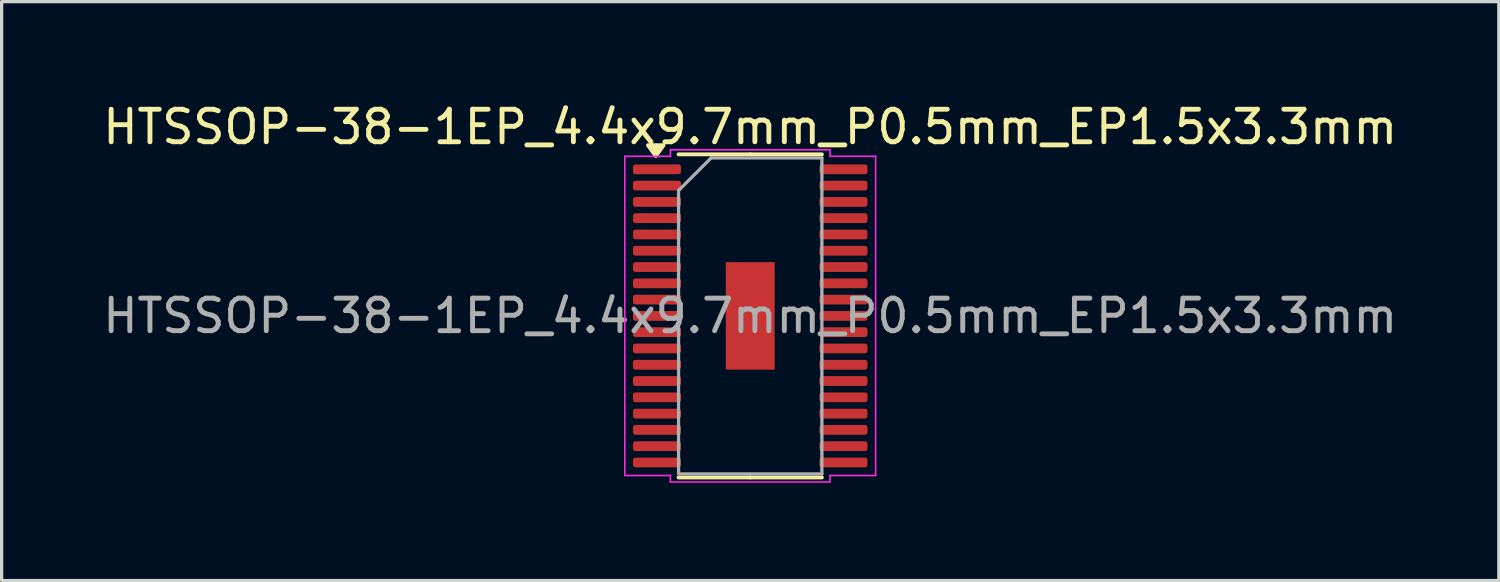
<source format=kicad_pcb>
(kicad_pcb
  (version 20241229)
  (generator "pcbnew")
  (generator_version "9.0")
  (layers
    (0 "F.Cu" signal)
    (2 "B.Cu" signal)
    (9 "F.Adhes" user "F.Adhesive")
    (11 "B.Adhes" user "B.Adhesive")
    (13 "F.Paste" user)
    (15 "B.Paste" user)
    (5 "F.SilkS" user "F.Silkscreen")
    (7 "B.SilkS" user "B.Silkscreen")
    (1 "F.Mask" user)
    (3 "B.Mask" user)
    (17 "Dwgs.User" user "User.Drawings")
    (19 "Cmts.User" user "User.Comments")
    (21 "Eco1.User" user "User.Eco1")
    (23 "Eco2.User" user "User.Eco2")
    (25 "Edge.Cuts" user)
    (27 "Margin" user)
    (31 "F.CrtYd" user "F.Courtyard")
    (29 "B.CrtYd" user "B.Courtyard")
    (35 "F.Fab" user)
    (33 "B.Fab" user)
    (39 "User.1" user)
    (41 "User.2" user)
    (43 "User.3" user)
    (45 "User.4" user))
  (footprint "HTSSOP-38-1EP_4.4x9.7mm_P0.5mm_EP1.5x3.3mm"
    (layer "F.Cu")
    (at 19.982 6.648)
    (property "Reference" "HTSSOP-38-1EP_4.4x9.7mm_P0.5mm_EP1.5x3.3mm" (at 0 -5.8 0) (layer "F.SilkS") (effects (font (size 1 1) (thickness 0.15))))
    (attr smd)
    (fp_line (start 0 -4.96) (end -2.2 -4.96) (stroke (width 0.12) (type solid)) (layer "F.SilkS"))
    (fp_line (start 0 -4.96) (end 2.2 -4.96) (stroke (width 0.12) (type solid)) (layer "F.SilkS"))
    (fp_line (start 0 4.96) (end -2.2 4.96) (stroke (width 0.12) (type solid)) (layer "F.SilkS"))
    (fp_line (start 0 4.96) (end 2.2 4.96) (stroke (width 0.12) (type solid)) (layer "F.SilkS"))
    (fp_poly (pts (xy -2.9 -4.91) (xy -3.14 -5.24) (xy -2.66 -5.24)) (stroke (width 0.12) (type solid)) (fill yes) (layer "F.SilkS"))
    (fp_line (start -3.85 -4.9) (end -2.45 -4.9) (stroke (width 0.05) (type solid)) (layer "F.CrtYd"))
    (fp_line (start -3.85 4.9) (end -3.85 -4.9) (stroke (width 0.05) (type solid)) (layer "F.CrtYd"))
    (fp_line (start -2.45 -5.1) (end 2.45 -5.1) (stroke (width 0.05) (type solid)) (layer "F.CrtYd"))
    (fp_line (start -2.45 -4.9) (end -2.45 -5.1) (stroke (width 0.05) (type solid)) (layer "F.CrtYd"))
    (fp_line (start -2.45 4.9) (end -3.85 4.9) (stroke (width 0.05) (type solid)) (layer "F.CrtYd"))
    (fp_line (start -2.45 5.1) (end -2.45 4.9) (stroke (width 0.05) (type solid)) (layer "F.CrtYd"))
    (fp_line (start 2.45 -5.1) (end 2.45 -4.9) (stroke (width 0.05) (type solid)) (layer "F.CrtYd"))
    (fp_line (start 2.45 -4.9) (end 3.85 -4.9) (stroke (width 0.05) (type solid)) (layer "F.CrtYd"))
    (fp_line (start 2.45 4.9) (end 2.45 5.1) (stroke (width 0.05) (type solid)) (layer "F.CrtYd"))
    (fp_line (start 2.45 5.1) (end -2.45 5.1) (stroke (width 0.05) (type solid)) (layer "F.CrtYd"))
    (fp_line (start 3.85 -4.9) (end 3.85 4.9) (stroke (width 0.05) (type solid)) (layer "F.CrtYd"))
    (fp_line (start 3.85 4.9) (end 2.45 4.9) (stroke (width 0.05) (type solid)) (layer "F.CrtYd"))
    (fp_line (start -2.2 -3.85) (end -1.2 -4.85) (stroke (width 0.1) (type solid)) (layer "F.Fab"))
    (fp_line (start -2.2 4.85) (end -2.2 -3.85) (stroke (width 0.1) (type solid)) (layer "F.Fab"))
    (fp_line (start -1.2 -4.85) (end 2.2 -4.85) (stroke (width 0.1) (type solid)) (layer "F.Fab"))
    (fp_line (start 2.2 -4.85) (end 2.2 4.85) (stroke (width 0.1) (type solid)) (layer "F.Fab"))
    (fp_line (start 2.2 4.85) (end -2.2 4.85) (stroke (width 0.1) (type solid)) (layer "F.Fab"))
    (fp_text user "${REFERENCE}" (at 0 0 0) (layer "F.Fab") (effects (font (size 1 1) (thickness 0.15))))
    (pad "" smd roundrect (at 0 -0.825) (size 1.21 1.33) (layers "F.Paste") (roundrect_rratio 0.207))
    (pad "" smd roundrect (at 0 0.825) (size 1.21 1.33) (layers "F.Paste") (roundrect_rratio 0.207))
    (pad "1" smd roundrect (at -2.862 -4.5) (size 1.475 0.3) (layers "F.Cu" "F.Mask" "F.Paste") (roundrect_rratio 0.25))
    (pad "2" smd roundrect (at -2.862 -4) (size 1.475 0.3) (layers "F.Cu" "F.Mask" "F.Paste") (roundrect_rratio 0.25))
    (pad "3" smd roundrect (at -2.862 -3.5) (size 1.475 0.3) (layers "F.Cu" "F.Mask" "F.Paste") (roundrect_rratio 0.25))
    (pad "4" smd roundrect (at -2.862 -3) (size 1.475 0.3) (layers "F.Cu" "F.Mask" "F.Paste") (roundrect_rratio 0.25))
    (pad "5" smd roundrect (at -2.862 -2.5) (size 1.475 0.3) (layers "F.Cu" "F.Mask" "F.Paste") (roundrect_rratio 0.25))
    (pad "6" smd roundrect (at -2.862 -2) (size 1.475 0.3) (layers "F.Cu" "F.Mask" "F.Paste") (roundrect_rratio 0.25))
    (pad "7" smd roundrect (at -2.862 -1.5) (size 1.475 0.3) (layers "F.Cu" "F.Mask" "F.Paste") (roundrect_rratio 0.25))
    (pad "8" smd roundrect (at -2.862 -1) (size 1.475 0.3) (layers "F.Cu" "F.Mask" "F.Paste") (roundrect_rratio 0.25))
    (pad "9" smd roundrect (at -2.862 -0.5) (size 1.475 0.3) (layers "F.Cu" "F.Mask" "F.Paste") (roundrect_rratio 0.25))
    (pad "10" smd roundrect (at -2.862 0) (size 1.475 0.3) (layers "F.Cu" "F.Mask" "F.Paste") (roundrect_rratio 0.25))
    (pad "11" smd roundrect (at -2.862 0.5) (size 1.475 0.3) (layers "F.Cu" "F.Mask" "F.Paste") (roundrect_rratio 0.25))
    (pad "12" smd roundrect (at -2.862 1) (size 1.475 0.3) (layers "F.Cu" "F.Mask" "F.Paste") (roundrect_rratio 0.25))
    (pad "13" smd roundrect (at -2.862 1.5) (size 1.475 0.3) (layers "F.Cu" "F.Mask" "F.Paste") (roundrect_rratio 0.25))
    (pad "14" smd roundrect (at -2.862 2) (size 1.475 0.3) (layers "F.Cu" "F.Mask" "F.Paste") (roundrect_rratio 0.25))
    (pad "15" smd roundrect (at -2.862 2.5) (size 1.475 0.3) (layers "F.Cu" "F.Mask" "F.Paste") (roundrect_rratio 0.25))
    (pad "16" smd roundrect (at -2.862 3) (size 1.475 0.3) (layers "F.Cu" "F.Mask" "F.Paste") (roundrect_rratio 0.25))
    (pad "17" smd roundrect (at -2.862 3.5) (size 1.475 0.3) (layers "F.Cu" "F.Mask" "F.Paste") (roundrect_rratio 0.25))
    (pad "18" smd roundrect (at -2.862 4) (size 1.475 0.3) (layers "F.Cu" "F.Mask" "F.Paste") (roundrect_rratio 0.25))
    (pad "19" smd roundrect (at -2.862 4.5) (size 1.475 0.3) (layers "F.Cu" "F.Mask" "F.Paste") (roundrect_rratio 0.25))
    (pad "20" smd roundrect (at 2.862 4.5) (size 1.475 0.3) (layers "F.Cu" "F.Mask" "F.Paste") (roundrect_rratio 0.25))
    (pad "21" smd roundrect (at 2.862 4) (size 1.475 0.3) (layers "F.Cu" "F.Mask" "F.Paste") (roundrect_rratio 0.25))
    (pad "22" smd roundrect (at 2.862 3.5) (size 1.475 0.3) (layers "F.Cu" "F.Mask" "F.Paste") (roundrect_rratio 0.25))
    (pad "23" smd roundrect (at 2.862 3) (size 1.475 0.3) (layers "F.Cu" "F.Mask" "F.Paste") (roundrect_rratio 0.25))
    (pad "24" smd roundrect (at 2.862 2.5) (size 1.475 0.3) (layers "F.Cu" "F.Mask" "F.Paste") (roundrect_rratio 0.25))
    (pad "25" smd roundrect (at 2.862 2) (size 1.475 0.3) (layers "F.Cu" "F.Mask" "F.Paste") (roundrect_rratio 0.25))
    (pad "26" smd roundrect (at 2.862 1.5) (size 1.475 0.3) (layers "F.Cu" "F.Mask" "F.Paste") (roundrect_rratio 0.25))
    (pad "27" smd roundrect (at 2.862 1) (size 1.475 0.3) (layers "F.Cu" "F.Mask" "F.Paste") (roundrect_rratio 0.25))
    (pad "28" smd roundrect (at 2.862 0.5) (size 1.475 0.3) (layers "F.Cu" "F.Mask" "F.Paste") (roundrect_rratio 0.25))
    (pad "29" smd roundrect (at 2.862 0) (size 1.475 0.3) (layers "F.Cu" "F.Mask" "F.Paste") (roundrect_rratio 0.25))
    (pad "30" smd roundrect (at 2.862 -0.5) (size 1.475 0.3) (layers "F.Cu" "F.Mask" "F.Paste") (roundrect_rratio 0.25))
    (pad "31" smd roundrect (at 2.862 -1) (size 1.475 0.3) (layers "F.Cu" "F.Mask" "F.Paste") (roundrect_rratio 0.25))
    (pad "32" smd roundrect (at 2.862 -1.5) (size 1.475 0.3) (layers "F.Cu" "F.Mask" "F.Paste") (roundrect_rratio 0.25))
    (pad "33" smd roundrect (at 2.862 -2) (size 1.475 0.3) (layers "F.Cu" "F.Mask" "F.Paste") (roundrect_rratio 0.25))
    (pad "34" smd roundrect (at 2.862 -2.5) (size 1.475 0.3) (layers "F.Cu" "F.Mask" "F.Paste") (roundrect_rratio 0.25))
    (pad "35" smd roundrect (at 2.862 -3) (size 1.475 0.3) (layers "F.Cu" "F.Mask" "F.Paste") (roundrect_rratio 0.25))
    (pad "36" smd roundrect (at 2.862 -3.5) (size 1.475 0.3) (layers "F.Cu" "F.Mask" "F.Paste") (roundrect_rratio 0.25))
    (pad "37" smd roundrect (at 2.862 -4) (size 1.475 0.3) (layers "F.Cu" "F.Mask" "F.Paste") (roundrect_rratio 0.25))
    (pad "38" smd roundrect (at 2.862 -4.5) (size 1.475 0.3) (layers "F.Cu" "F.Mask" "F.Paste") (roundrect_rratio 0.25))
    (pad "39" smd rect (at 0 0) (size 1.5 3.3) (property pad_prop_heatsink) (layers "F.Cu" "F.Mask")))
  (gr_rect
    (start -3 -3)
    (end 42.964 14.773)
    (stroke (width 0.1) (type default))
    (fill no)
    (layer "Edge.Cuts")))
</source>
